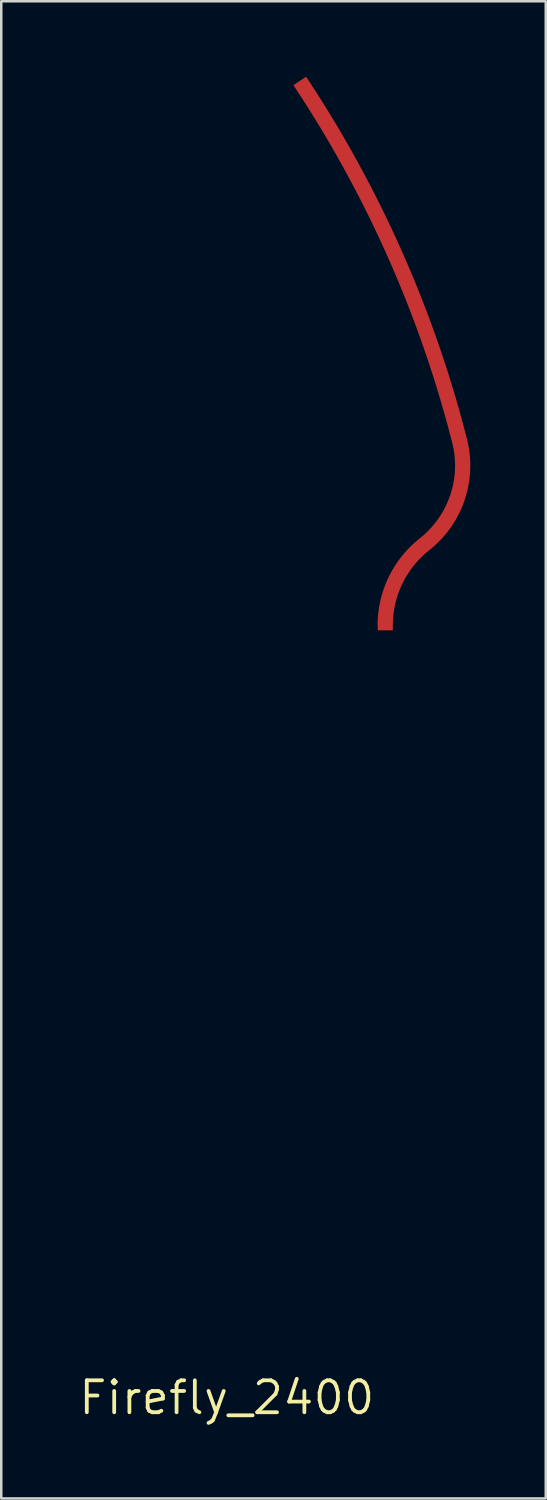
<source format=kicad_pcb>
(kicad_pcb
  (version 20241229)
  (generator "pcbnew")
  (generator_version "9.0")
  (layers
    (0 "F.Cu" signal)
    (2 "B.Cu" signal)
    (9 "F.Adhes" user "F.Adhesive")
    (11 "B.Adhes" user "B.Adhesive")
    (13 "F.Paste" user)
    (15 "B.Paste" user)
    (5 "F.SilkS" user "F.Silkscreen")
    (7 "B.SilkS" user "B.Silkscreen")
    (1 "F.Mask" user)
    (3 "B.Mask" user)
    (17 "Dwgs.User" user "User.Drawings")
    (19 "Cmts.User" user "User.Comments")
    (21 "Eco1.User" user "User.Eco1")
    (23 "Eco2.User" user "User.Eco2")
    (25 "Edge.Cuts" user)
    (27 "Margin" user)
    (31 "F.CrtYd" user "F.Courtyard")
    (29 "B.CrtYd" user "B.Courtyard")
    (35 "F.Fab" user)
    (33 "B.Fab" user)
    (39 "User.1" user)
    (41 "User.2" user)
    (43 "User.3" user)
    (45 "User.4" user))
  (footprint "Firefly_2400"
    (layer "F.Cu")
    (at 5.964 52.505)
    (property "Reference" "Firefly_2400" (at 0 0 0) (layer "F.SilkS") (effects (font (size 1.27 1.27) (thickness 0.15))))
    (attr through_hole)
    (fp_line (start 3.153 -52.505) (end 2.65 -52.169) (stroke (width 0.001) (type solid)) (layer "F.Cu"))
    (fp_line (start 5.996 -30.704) (end 6 -30.7) (stroke (width 0.001) (type solid)) (layer "F.Cu"))
    (fp_line (start 6 -30.5) (end 6.6 -30.7) (stroke (width 0.001) (type solid)) (layer "F.Cu"))
    (pad "1" smd custom (at 6.3 -30.63) (size 0.25 0.25) (layers "F.Cu") (options (anchor circle)) (primitives (gr_poly (pts (xy -0.3 0.13) (xy 0.3 0.13) (xy 0.3 -0.07) (xy -0.3 -0.07)) (width 0.001) (fill yes)) (gr_poly (pts (xy -0.3 0.13) (xy 0.3 -0.07) (xy 0.3 -0.077) (xy 0.3 -0.083) (xy 0.3 -0.09) (xy 0.3 -0.097) (xy 0.3 -0.103) (xy 0.3 -0.11) (xy 0.3 -0.116) (xy 0.3 -0.123) (xy 0.3 -0.13) (xy 0.301 -0.136) (xy 0.301 -0.143) (xy 0.301 -0.15) (xy 0.301 -0.156) (xy 0.301 -0.163) (xy 0.301 -0.169) (xy 0.301 -0.176) (xy 0.302 -0.183) (xy 0.302 -0.189) (xy 0.302 -0.196) (xy 0.302 -0.203) (xy 0.303 -0.209) (xy 0.303 -0.216) (xy 0.303 -0.223) (xy 0.303 -0.229) (xy 0.304 -0.236) (xy 0.304 -0.242) (xy 0.304 -0.249) (xy 0.305 -0.256) (xy 0.305 -0.262) (xy 0.305 -0.269) (xy 0.306 -0.275) (xy 0.306 -0.282) (xy 0.306 -0.289) (xy 0.307 -0.295) (xy 0.307 -0.302) (xy 0.307 -0.309) (xy 0.308 -0.315) (xy 0.308 -0.322) (xy 0.309 -0.328) (xy 0.309 -0.335) (xy 0.31 -0.342) (xy 0.31 -0.348) (xy 0.311 -0.355) (xy 0.311 -0.362) (xy 0.312 -0.368) (xy 0.312 -0.375) (xy 0.313 -0.381) (xy 0.313 -0.388) (xy 0.314 -0.395) (xy 0.314 -0.401) (xy 0.315 -0.408) (xy 0.316 -0.414) (xy 0.316 -0.421) (xy 0.317 -0.428) (xy 0.317 -0.434) (xy 0.318 -0.441) (xy 0.319 -0.447) (xy 0.319 -0.454) (xy 0.32 -0.461) (xy 0.321 -0.467) (xy 0.322 -0.474) (xy 0.322 -0.48) (xy 0.323 -0.487) (xy 0.324 -0.494) (xy 0.324 -0.5) (xy 0.325 -0.507) (xy 0.326 -0.513) (xy 0.327 -0.52) (xy 0.328 -0.527) (xy 0.328 -0.533) (xy 0.329 -0.54) (xy 0.33 -0.546) (xy 0.331 -0.553) (xy 0.332 -0.559) (xy 0.333 -0.566) (xy 0.333 -0.573) (xy 0.334 -0.579) (xy 0.335 -0.586) (xy 0.336 -0.592) (xy 0.337 -0.599) (xy 0.338 -0.605) (xy 0.339 -0.612) (xy 0.34 -0.619) (xy 0.341 -0.625) (xy 0.342 -0.632) (xy 0.343 -0.638) (xy 0.344 -0.645) (xy 0.345 -0.651) (xy 0.346 -0.658) (xy 0.347 -0.664) (xy 0.348 -0.671) (xy 0.349 -0.678) (xy 0.35 -0.684) (xy 0.351 -0.691) (xy 0.352 -0.697) (xy 0.353 -0.704) (xy 0.354 -0.71) (xy 0.355 -0.717) (xy 0.357 -0.723) (xy 0.358 -0.73) (xy 0.359 -0.736) (xy 0.36 -0.743) (xy 0.361 -0.749) (xy 0.362 -0.756) (xy 0.364 -0.762) (xy 0.365 -0.769) (xy 0.366 -0.776) (xy 0.367 -0.782) (xy 0.369 -0.789) (xy 0.37 -0.795) (xy 0.371 -0.802) (xy 0.372 -0.808) (xy 0.374 -0.815) (xy 0.375 -0.821) (xy 0.376 -0.828) (xy 0.378 -0.834) (xy 0.379 -0.841) (xy 0.38 -0.847) (xy 0.382 -0.854) (xy 0.383 -0.86) (xy 0.384 -0.867) (xy 0.386 -0.873) (xy 0.387 -0.88) (xy 0.389 -0.886) (xy 0.39 -0.892) (xy 0.392 -0.899) (xy 0.393 -0.905) (xy 0.394 -0.912) (xy 0.396 -0.918) (xy 0.397 -0.925) (xy 0.399 -0.931) (xy 0.4 -0.938) (xy 0.402 -0.944) (xy 0.403 -0.951) (xy 0.405 -0.957) (xy 0.407 -0.964) (xy 0.408 -0.97) (xy 0.41 -0.976) (xy 0.411 -0.983) (xy 0.413 -0.989) (xy 0.414 -0.996) (xy 0.416 -1.002) (xy 0.418 -1.009) (xy 0.419 -1.015) (xy 0.421 -1.021) (xy 0.423 -1.028) (xy 0.424 -1.034) (xy 0.426 -1.041) (xy 0.428 -1.047) (xy 0.429 -1.054) (xy 0.431 -1.06) (xy 0.433 -1.066) (xy 0.435 -1.073) (xy 0.436 -1.079) (xy 0.438 -1.086) (xy 0.44 -1.092) (xy 0.442 -1.098) (xy 0.444 -1.105) (xy 0.445 -1.111) (xy 0.447 -1.117) (xy 0.449 -1.124) (xy 0.451 -1.13) (xy 0.453 -1.137) (xy 0.455 -1.143) (xy 0.456 -1.149) (xy 0.458 -1.156) (xy 0.46 -1.162) (xy 0.462 -1.168) (xy 0.464 -1.175) (xy 0.466 -1.181) (xy 0.468 -1.187) (xy 0.47 -1.194) (xy 0.472 -1.2) (xy 0.474 -1.206) (xy 0.476 -1.213) (xy 0.478 -1.219) (xy 0.48 -1.225) (xy 0.482 -1.232) (xy 0.484 -1.238) (xy 0.486 -1.244) (xy 0.488 -1.251) (xy 0.49 -1.257) (xy 0.492 -1.263) (xy 0.494 -1.269) (xy 0.496 -1.276) (xy 0.498 -1.282) (xy 0.501 -1.288) (xy 0.503 -1.295) (xy 0.505 -1.301) (xy 0.507 -1.307) (xy 0.509 -1.313) (xy 0.511 -1.32) (xy 0.514 -1.326) (xy 0.516 -1.332) (xy 0.518 -1.338) (xy 0.52 -1.345) (xy 0.522 -1.351) (xy 0.525 -1.357) (xy 0.527 -1.363) (xy 0.529 -1.37) (xy 0.531 -1.376) (xy 0.534 -1.382) (xy 0.536 -1.388) (xy 0.538 -1.395) (xy 0.541 -1.401) (xy 0.543 -1.407) (xy 0.545 -1.413) (xy 0.548 -1.419) (xy 0.55 -1.426) (xy 0.552 -1.432) (xy 0.555 -1.438) (xy 0.557 -1.444) (xy 0.56 -1.45) (xy 0.562 -1.457) (xy 0.564 -1.463) (xy 0.567 -1.469) (xy 0.569 -1.475) (xy 0.572 -1.481) (xy 0.574 -1.487) (xy 0.577 -1.494) (xy 0.579 -1.5) (xy 0.582 -1.506) (xy 0.584 -1.512) (xy 0.587 -1.518) (xy 0.589 -1.524) (xy 0.592 -1.53) (xy 0.594 -1.536) (xy 0.597 -1.543) (xy 0.599 -1.549) (xy 0.602 -1.555) (xy 0.605 -1.561) (xy 0.607 -1.567) (xy 0.61 -1.573) (xy 0.613 -1.579) (xy 0.615 -1.585) (xy 0.618 -1.591) (xy 0.62 -1.597) (xy 0.623 -1.603) (xy 0.626 -1.61) (xy 0.629 -1.616) (xy 0.631 -1.622) (xy 0.634 -1.628) (xy 0.637 -1.634) (xy 0.639 -1.64) (xy 0.642 -1.646) (xy 0.645 -1.652) (xy 0.648 -1.658) (xy 0.65 -1.664) (xy 0.653 -1.67) (xy 0.656 -1.676) (xy 0.659 -1.682) (xy 0.662 -1.688) (xy 0.664 -1.694) (xy 0.667 -1.7) (xy 0.67 -1.706) (xy 0.673 -1.712) (xy 0.676 -1.718) (xy 0.679 -1.724) (xy 0.682 -1.73) (xy 0.685 -1.736) (xy 0.687 -1.742) (xy 0.69 -1.748) (xy 0.693 -1.754) (xy 0.696 -1.76) (xy 0.699 -1.766) (xy 0.702 -1.771) (xy 0.705 -1.777) (xy 0.708 -1.783) (xy 0.711 -1.789) (xy 0.714 -1.795) (xy 0.717 -1.801) (xy 0.72 -1.807) (xy 0.723 -1.813) (xy 0.726 -1.819) (xy 0.729 -1.825) (xy 0.732 -1.831) (xy 0.736 -1.836) (xy 0.739 -1.842) (xy 0.742 -1.848) (xy 0.745 -1.854) (xy 0.748 -1.86) (xy 0.751 -1.866) (xy 0.754 -1.872) (xy 0.757 -1.877) (xy 0.76 -1.883) (xy 0.764 -1.889) (xy 0.767 -1.895) (xy 0.77 -1.901) (xy 0.773 -1.906) (xy 0.776 -1.912) (xy 0.78 -1.918) (xy 0.783 -1.924) (xy 0.786 -1.93) (xy 0.789 -1.935) (xy 0.793 -1.941) (xy 0.796 -1.947) (xy 0.799 -1.953) (xy 0.802 -1.959) (xy 0.806 -1.964) (xy 0.809 -1.97) (xy 0.812 -1.976) (xy 0.816 -1.981) (xy 0.819 -1.987) (xy 0.822 -1.993) (xy 0.826 -1.999) (xy 0.829 -2.004) (xy 0.833 -2.01) (xy 0.836 -2.016) (xy 0.839 -2.021) (xy 0.843 -2.027) (xy 0.846 -2.033) (xy 0.85 -2.039) (xy 0.853 -2.044) (xy 0.857 -2.05) (xy 0.86 -2.055) (xy 0.863 -2.061) (xy 0.867 -2.067) (xy 0.87 -2.072) (xy 0.874 -2.078) (xy 0.877 -2.084) (xy 0.881 -2.089) (xy 0.884 -2.095) (xy 0.888 -2.101) (xy 0.892 -2.106) (xy 0.895 -2.112) (xy 0.899 -2.117) (xy 0.902 -2.123) (xy 0.906 -2.128) (xy 0.909 -2.134) (xy 0.913 -2.14) (xy 0.917 -2.145) (xy 0.92 -2.151) (xy 0.924 -2.156) (xy 0.928 -2.162) (xy 0.931 -2.167) (xy 0.935 -2.173) (xy 0.939 -2.178) (xy 0.942 -2.184) (xy 0.946 -2.189) (xy 0.95 -2.195) (xy 0.953 -2.2) (xy 0.957 -2.206) (xy 0.961 -2.211) (xy 0.965 -2.217) (xy 0.968 -2.222) (xy 0.972 -2.228) (xy 0.976 -2.233) (xy 0.98 -2.239) (xy 0.983 -2.244) (xy 0.987 -2.25) (xy 0.991 -2.255) (xy 0.995 -2.26) (xy 0.999 -2.266) (xy 1.003 -2.271) (xy 1.006 -2.277) (xy 1.01 -2.282) (xy 1.014 -2.287) (xy 1.018 -2.293) (xy 1.022 -2.298) (xy 1.026 -2.304) (xy 1.03 -2.309) (xy 1.034 -2.314) (xy 1.037 -2.32) (xy 1.041 -2.325) (xy 1.045 -2.33) (xy 1.049 -2.336) (xy 1.053 -2.341) (xy 1.057 -2.346) (xy 1.061 -2.352) (xy 1.065 -2.357) (xy 1.069 -2.362) (xy 1.073 -2.367) (xy 1.077 -2.373) (xy 1.081 -2.378) (xy 1.085 -2.383) (xy 1.089 -2.389) (xy 1.093 -2.394) (xy 1.097 -2.399) (xy 1.101 -2.404) (xy 1.106 -2.41) (xy 1.11 -2.415) (xy 1.114 -2.42) (xy 1.118 -2.425) (xy 1.122 -2.43) (xy 1.126 -2.436) (xy 1.13 -2.441) (xy 1.134 -2.446) (xy 1.139 -2.451) (xy 1.143 -2.456) (xy 1.147 -2.461) (xy 1.151 -2.467) (xy 1.155 -2.472) (xy 1.159 -2.477) (xy 1.164 -2.482) (xy 1.168 -2.487) (xy 1.172 -2.492) (xy 1.176 -2.497) (xy 1.181 -2.502) (xy 1.185 -2.508) (xy 1.189 -2.513) (xy 1.193 -2.518) (xy 1.198 -2.523) (xy 1.202 -2.528) (xy 1.206 -2.533) (xy 1.21 -2.538) (xy 1.215 -2.543) (xy 1.219 -2.548) (xy 1.223 -2.553) (xy 1.228 -2.558) (xy 1.232 -2.563) (xy 1.236 -2.568) (xy 1.241 -2.573) (xy 1.245 -2.578) (xy 1.25 -2.583) (xy 1.254 -2.588) (xy 1.258 -2.593) (xy 1.263 -2.598) (xy 1.267 -2.603) (xy 1.272 -2.608) (xy 1.276 -2.613) (xy 1.28 -2.618) (xy 1.285 -2.623) (xy 1.289 -2.627) (xy 1.294 -2.632) (xy 1.298 -2.637) (xy 1.303 -2.642) (xy 1.307 -2.647) (xy 1.312 -2.652) (xy 1.316 -2.657) (xy 1.321 -2.662) (xy 1.325 -2.666) (xy 1.33 -2.671) (xy 1.334 -2.676) (xy 1.339 -2.681) (xy 1.344 -2.686) (xy 1.348 -2.691) (xy 1.353 -2.695) (xy 1.357 -2.7) (xy 1.362 -2.705) (xy 1.367 -2.71) (xy 1.371 -2.714) (xy 1.376 -2.719) (xy 1.38 -2.724) (xy 1.385 -2.729) (xy 1.39 -2.733) (xy 1.394 -2.738) (xy 1.399 -2.743) (xy 1.404 -2.748) (xy 1.408 -2.752) (xy 1.413 -2.757) (xy 1.418 -2.762) (xy 1.422 -2.766) (xy 1.427 -2.771) (xy 1.432 -2.776) (xy 1.437 -2.78) (xy 1.441 -2.785) (xy 1.446 -2.79) (xy 1.451 -2.794) (xy 1.456 -2.799) (xy 1.46 -2.803) (xy 1.465 -2.808) (xy 1.47 -2.813) (xy 1.475 -2.817) (xy 1.479 -2.822) (xy 1.484 -2.826) (xy 1.489 -2.831) (xy 1.494 -2.836) (xy 1.499 -2.84) (xy 1.504 -2.845) (xy 1.508 -2.849) (xy 1.513 -2.854) (xy 1.518 -2.858) (xy 1.523 -2.863) (xy 1.528 -2.867) (xy 1.533 -2.872) (xy 1.538 -2.876) (xy 1.543 -2.881) (xy 1.547 -2.885) (xy 1.552 -2.89) (xy 1.557 -2.894) (xy 1.562 -2.898) (xy 1.567 -2.903) (xy 1.572 -2.907) (xy 1.577 -2.912) (xy 1.582 -2.916) (xy 1.587 -2.92) (xy 1.592 -2.925) (xy 1.597 -2.929) (xy 1.602 -2.934) (xy 1.607 -2.938) (xy 1.612 -2.942) (xy 1.617 -2.947) (xy 1.622 -2.951) (xy 1.627 -2.955) (xy 1.632 -2.96) (xy 1.637 -2.964) (xy 1.642 -2.968) (xy 1.647 -2.972) (xy 1.652 -2.977) (xy 1.657 -2.981) (xy 1.662 -2.985) (xy 1.668 -2.989) (xy 1.673 -2.994) (xy 1.678 -2.998) (xy 1.683 -3.002) (xy 1.688 -3.006) (xy 1.693 -3.011) (xy 1.698 -3.015) (xy 1.703 -3.019) (xy 1.709 -3.023) (xy 1.714 -3.027) (xy 1.719 -3.031) (xy 1.724 -3.036) (xy 1.729 -3.04) (xy 1.734 -3.044) (xy 1.74 -3.048) (xy 1.745 -3.052) (xy 1.751 -3.057) (xy 1.757 -3.061) (xy 1.762 -3.066) (xy 1.768 -3.071) (xy 1.774 -3.075) (xy 1.78 -3.08) (xy 1.786 -3.085) (xy 1.792 -3.09) (xy 1.797 -3.094) (xy 1.803 -3.099) (xy 1.809 -3.104) (xy 1.815 -3.108) (xy 1.821 -3.113) (xy 1.826 -3.118) (xy 1.832 -3.123) (xy 1.838 -3.128) (xy 1.844 -3.132) (xy 1.849 -3.137) (xy 1.855 -3.142) (xy 1.861 -3.147) (xy 1.866 -3.152) (xy 1.872 -3.157) (xy 1.878 -3.161) (xy 1.884 -3.166) (xy 1.889 -3.171) (xy 1.895 -3.176) (xy 1.901 -3.181) (xy 1.906 -3.186) (xy 1.912 -3.191) (xy 1.917 -3.196) (xy 1.923 -3.201) (xy 1.929 -3.206) (xy 1.934 -3.211) (xy 1.94 -3.216) (xy 1.945 -3.221) (xy 1.951 -3.225) (xy 1.957 -3.23) (xy 1.962 -3.236) (xy 1.968 -3.241) (xy 1.973 -3.246) (xy 1.979 -3.251) (xy 1.984 -3.256) (xy 1.99 -3.261) (xy 1.995 -3.266) (xy 2.001 -3.271) (xy 2.006 -3.276) (xy 2.012 -3.281) (xy 2.017 -3.286) (xy 2.023 -3.291) (xy 2.028 -3.296) (xy 2.034 -3.301) (xy 2.039 -3.307) (xy 2.045 -3.312) (xy 2.05 -3.317) (xy 2.055 -3.322) (xy 2.061 -3.327) (xy 2.066 -3.332) (xy 2.072 -3.338) (xy 2.077 -3.343) (xy 2.082 -3.348) (xy 2.088 -3.353) (xy 2.093 -3.359) (xy 2.098 -3.364) (xy 2.104 -3.369) (xy 2.109 -3.374) (xy 2.114 -3.38) (xy 2.12 -3.385) (xy 2.125 -3.39) (xy 2.13 -3.395) (xy 2.135 -3.401) (xy 2.141 -3.406) (xy 2.146 -3.411) (xy 2.151 -3.417) (xy 2.156 -3.422) (xy 2.162 -3.427) (xy 2.167 -3.433) (xy 2.172 -3.438) (xy 2.177 -3.444) (xy 2.183 -3.449) (xy 2.188 -3.454) (xy 2.193 -3.46) (xy 2.198 -3.465) (xy 2.203 -3.471) (xy 2.208 -3.476) (xy 2.213 -3.482) (xy 2.219 -3.487) (xy 2.224 -3.492) (xy 2.229 -3.498) (xy 2.234 -3.503) (xy 2.239 -3.509) (xy 2.244 -3.514) (xy 2.249 -3.52) (xy 2.254 -3.525) (xy 2.259 -3.531) (xy 2.264 -3.537) (xy 2.269 -3.542) (xy 2.274 -3.548) (xy 2.279 -3.553) (xy 2.284 -3.559) (xy 2.289 -3.564) (xy 2.294 -3.57) (xy 2.299 -3.576) (xy 2.304 -3.581) (xy 2.309 -3.587) (xy 2.314 -3.592) (xy 2.319 -3.598) (xy 2.324 -3.604) (xy 2.329 -3.609) (xy 2.334 -3.615) (xy 2.339 -3.621) (xy 2.344 -3.626) (xy 2.348 -3.632) (xy 2.353 -3.638) (xy 2.358 -3.643) (xy 2.363 -3.649) (xy 2.368 -3.655) (xy 2.373 -3.66) (xy 2.377 -3.666) (xy 2.382 -3.672) (xy 2.387 -3.678) (xy 2.392 -3.683) (xy 2.397 -3.689) (xy 2.401 -3.695) (xy 2.406 -3.701) (xy 2.411 -3.707) (xy 2.416 -3.712) (xy 2.42 -3.718) (xy 2.425 -3.724) (xy 2.43 -3.73) (xy 2.434 -3.736) (xy 2.439 -3.742) (xy 2.444 -3.747) (xy 2.448 -3.753) (xy 2.453 -3.759) (xy 2.458 -3.765) (xy 2.462 -3.771) (xy 2.467 -3.777) (xy 2.472 -3.783) (xy 2.476 -3.789) (xy 2.481 -3.794) (xy 2.485 -3.8) (xy 2.49 -3.806) (xy 2.494 -3.812) (xy 2.499 -3.818) (xy 2.504 -3.824) (xy 2.508 -3.83) (xy 2.513 -3.836) (xy 2.517 -3.842) (xy 2.522 -3.848) (xy 2.526 -3.854) (xy 2.531 -3.86) (xy 2.535 -3.866) (xy 2.539 -3.872) (xy 2.544 -3.878) (xy 2.548 -3.884) (xy 2.553 -3.89) (xy 2.557 -3.896) (xy 2.562 -3.902) (xy 2.566 -3.908) (xy 2.57 -3.914) (xy 2.575 -3.92) (xy 2.579 -3.927) (xy 2.583 -3.933) (xy 2.588 -3.939) (xy 2.592 -3.945) (xy 2.596 -3.951) (xy 2.601 -3.957) (xy 2.605 -3.963) (xy 2.609 -3.969) (xy 2.614 -3.976) (xy 2.618 -3.982) (xy 2.622 -3.988) (xy 2.626 -3.994) (xy 2.63 -4) (xy 2.635 -4.006) (xy 2.639 -4.013) (xy 2.643 -4.019) (xy 2.647 -4.025) (xy 2.651 -4.031) (xy 2.656 -4.037) (xy 2.66 -4.044) (xy 2.664 -4.05) (xy 2.668 -4.056) (xy 2.672 -4.062) (xy 2.676 -4.069) (xy 2.68 -4.075) (xy 2.684 -4.081) (xy 2.689 -4.087) (xy 2.693 -4.094) (xy 2.697 -4.1) (xy 2.701 -4.106) (xy 2.705 -4.113) (xy 2.709 -4.119) (xy 2.713 -4.125) (xy 2.717 -4.132) (xy 2.721 -4.138) (xy 2.725 -4.144) (xy 2.729 -4.151) (xy 2.733 -4.157) (xy 2.737 -4.163) (xy 2.741 -4.17) (xy 2.744 -4.176) (xy 2.748 -4.182) (xy 2.752 -4.189) (xy 2.756 -4.195) (xy 2.76 -4.202) (xy 2.764 -4.208) (xy 2.768 -4.214) (xy 2.772 -4.221) (xy 2.775 -4.227) (xy 2.779 -4.234) (xy 2.783 -4.24) (xy 2.787 -4.247) (xy 2.791 -4.253) (xy 2.794 -4.259) (xy 2.798 -4.266) (xy 2.802 -4.272) (xy 2.806 -4.279) (xy 2.809 -4.285) (xy 2.813 -4.292) (xy 2.817 -4.298) (xy 2.821 -4.305) (xy 2.824 -4.311) (xy 2.828 -4.318) (xy 2.832 -4.324) (xy 2.835 -4.331) (xy 2.839 -4.338) (xy 2.842 -4.344) (xy 2.846 -4.351) (xy 2.85 -4.357) (xy 2.853 -4.364) (xy 2.857 -4.37) (xy 2.86 -4.377) (xy 2.864 -4.384) (xy 2.868 -4.39) (xy 2.871 -4.397) (xy 2.875 -4.403) (xy 2.878 -4.41) (xy 2.882 -4.417) (xy 2.885 -4.423) (xy 2.889 -4.43) (xy 2.892 -4.436) (xy 2.896 -4.443) (xy 2.899 -4.45) (xy 2.902 -4.456) (xy 2.906 -4.463) (xy 2.909 -4.47) (xy 2.913 -4.476) (xy 2.916 -4.483) (xy 2.919 -4.49) (xy 2.923 -4.496) (xy 2.926 -4.503) (xy 2.929 -4.51) (xy 2.933 -4.516) (xy 2.936 -4.523) (xy 2.939 -4.53) (xy 2.943 -4.537) (xy 2.946 -4.543) (xy 2.949 -4.55) (xy 2.953 -4.557) (xy 2.956 -4.564) (xy 2.959 -4.57) (xy 2.962 -4.577) (xy 2.965 -4.584) (xy 2.969 -4.591) (xy 2.972 -4.597) (xy 2.975 -4.604) (xy 2.978 -4.611) (xy 2.981 -4.618) (xy 2.984 -4.624) (xy 2.988 -4.631) (xy 2.991 -4.638) (xy 2.994 -4.645) (xy 2.997 -4.652) (xy 3 -4.659) (xy 3.003 -4.665) (xy 3.006 -4.672) (xy 3.009 -4.679) (xy 3.012 -4.686) (xy 3.015 -4.693) (xy 3.018 -4.7) (xy 3.021 -4.706) (xy 3.024 -4.713) (xy 3.027 -4.72) (xy 3.03 -4.727) (xy 3.033 -4.734) (xy 3.036 -4.741) (xy 3.039 -4.748) (xy 3.042 -4.755) (xy 3.045 -4.762) (xy 3.048 -4.768) (xy 3.051 -4.775) (xy 3.053 -4.782) (xy 3.056 -4.789) (xy 3.059 -4.796) (xy 3.062 -4.803) (xy 3.065 -4.81) (xy 3.068 -4.817) (xy 3.07 -4.824) (xy 3.073 -4.831) (xy 3.076 -4.838) (xy 3.079 -4.845) (xy 3.081 -4.852) (xy 3.084 -4.859) (xy 3.087 -4.866) (xy 3.09 -4.873) (xy 3.092 -4.88) (xy 3.095 -4.887) (xy 3.098 -4.894) (xy 3.1 -4.901) (xy 3.103 -4.908) (xy 3.105 -4.915) (xy 3.108 -4.922) (xy 3.111 -4.929) (xy 3.113 -4.936) (xy 3.116 -4.943) (xy 3.118 -4.95) (xy 3.121 -4.957) (xy 3.124 -4.964) (xy 3.126 -4.971) (xy 3.129 -4.978) (xy 3.131 -4.985) (xy 3.134 -4.992) (xy 3.136 -4.999) (xy 3.139 -5.006) (xy 3.141 -5.013) (xy 3.144 -5.02) (xy 3.146 -5.027) (xy 3.148 -5.034) (xy 3.151 -5.041) (xy 3.153 -5.049) (xy 3.156 -5.056) (xy 3.158 -5.063) (xy 3.16 -5.07) (xy 3.163 -5.077) (xy 3.165 -5.084) (xy 3.167 -5.091) (xy 3.17 -5.098) (xy 3.172 -5.105) (xy 3.174 -5.112) (xy 3.177 -5.12) (xy 3.179 -5.127) (xy 3.181 -5.134) (xy 3.183 -5.141) (xy 3.185 -5.148) (xy 3.188 -5.155) (xy 3.19 -5.162) (xy 3.192 -5.17) (xy 3.194 -5.177) (xy 3.196 -5.184) (xy 3.199 -5.191) (xy 3.201 -5.198) (xy 3.203 -5.205) (xy 3.205 -5.213) (xy 3.207 -5.22) (xy 3.209 -5.227) (xy 3.211 -5.234) (xy 3.213 -5.241) (xy 3.215 -5.249) (xy 3.217 -5.256) (xy 3.219 -5.263) (xy 3.221 -5.27) (xy 3.223 -5.277) (xy 3.225 -5.285) (xy 3.227 -5.292) (xy 3.229 -5.299) (xy 3.231 -5.306) (xy 3.233 -5.314) (xy 3.235 -5.321) (xy 3.237 -5.328) (xy 3.239 -5.335) (xy 3.241 -5.343) (xy 3.243 -5.35) (xy 3.245 -5.357) (xy 3.246 -5.364) (xy 3.248 -5.372) (xy 3.25 -5.379) (xy 3.252 -5.386) (xy 3.254 -5.393) (xy 3.255 -5.401) (xy 3.257 -5.408) (xy 3.259 -5.415) (xy 3.261 -5.422) (xy 3.263 -5.43) (xy 3.264 -5.437) (xy 3.266 -5.444) (xy 3.268 -5.452) (xy 3.269 -5.459) (xy 3.271 -5.466) (xy 3.273 -5.473) (xy 3.274 -5.481) (xy 3.276 -5.488) (xy 3.278 -5.495) (xy 3.279 -5.503) (xy 3.281 -5.51) (xy 3.282 -5.517) (xy 3.284 -5.525) (xy 3.285 -5.532) (xy 3.287 -5.539) (xy 3.289 -5.547) (xy 3.29 -5.554) (xy 3.292 -5.561) (xy 3.293 -5.569) (xy 3.295 -5.576) (xy 3.296 -5.583) (xy 3.297 -5.591) (xy 3.299 -5.598) (xy 3.3 -5.605) (xy 3.302 -5.613) (xy 3.303 -5.62) (xy 3.305 -5.627) (xy 3.306 -5.635) (xy 3.307 -5.642) (xy 3.309 -5.649) (xy 3.31 -5.657) (xy 3.311 -5.664) (xy 3.313 -5.672) (xy 3.314 -5.679) (xy 3.315 -5.686) (xy 3.316 -5.694) (xy 3.318 -5.701) (xy 3.319 -5.708) (xy 3.32 -5.716) (xy 3.321 -5.723) (xy 3.323 -5.731) (xy 3.324 -5.738) (xy 3.325 -5.745) (xy 3.326 -5.753) (xy 3.327 -5.76) (xy 3.328 -5.768) (xy 3.33 -5.775) (xy 3.331 -5.782) (xy 3.332 -5.79) (xy 3.333 -5.797) (xy 3.334 -5.805) (xy 3.335 -5.812) (xy 3.336 -5.819) (xy 3.337 -5.827) (xy 3.338 -5.834) (xy 3.339 -5.842) (xy 3.34 -5.849) (xy 3.341 -5.856) (xy 3.342 -5.864) (xy 3.343 -5.871) (xy 3.344 -5.879) (xy 3.345 -5.886) (xy 3.346 -5.894) (xy 3.347 -5.901) (xy 3.348 -5.908) (xy 3.349 -5.916) (xy 3.35 -5.923) (xy 3.35 -5.931) (xy 3.351 -5.938) (xy 3.352 -5.946) (xy 3.353 -5.953) (xy 3.354 -5.96) (xy 3.355 -5.968) (xy 3.355 -5.975) (xy 3.356 -5.983) (xy 3.357 -5.99) (xy 3.358 -5.998) (xy 3.358 -6.005) (xy 3.359 -6.013) (xy 3.36 -6.02) (xy 3.36 -6.027) (xy 3.361 -6.035) (xy 3.362 -6.042) (xy 3.362 -6.05) (xy 3.363 -6.057) (xy 3.364 -6.065) (xy 3.364 -6.072) (xy 3.365 -6.08) (xy 3.365 -6.087) (xy 3.366 -6.095) (xy 3.367 -6.102) (xy 3.367 -6.11) (xy 3.368 -6.117) (xy 3.368 -6.124) (xy 3.369 -6.132) (xy 3.369 -6.139) (xy 3.37 -6.147) (xy 3.37 -6.154) (xy 3.371 -6.162) (xy 3.371 -6.169) (xy 3.372 -6.177) (xy 3.372 -6.184) (xy 3.372 -6.192) (xy 3.373 -6.199) (xy 3.373 -6.207) (xy 3.373 -6.214) (xy 3.374 -6.222) (xy 3.374 -6.229) (xy 3.374 -6.237) (xy 3.375 -6.244) (xy 3.375 -6.252) (xy 3.375 -6.259) (xy 3.376 -6.266) (xy 3.376 -6.274) (xy 3.376 -6.281) (xy 3.376 -6.289) (xy 3.377 -6.296) (xy 3.377 -6.304) (xy 3.377 -6.311) (xy 3.377 -6.319) (xy 3.377 -6.326) (xy 3.378 -6.334) (xy 3.378 -6.341) (xy 3.378 -6.349) (xy 3.378 -6.356) (xy 3.378 -6.364) (xy 3.378 -6.371) (xy 3.378 -6.379) (xy 3.378 -6.386) (xy 3.378 -6.394) (xy 3.378 -6.401) (xy 3.378 -6.409) (xy 3.378 -6.416) (xy 3.378 -6.424) (xy 3.378 -6.431) (xy 3.378 -6.439) (xy 3.378 -6.446) (xy 3.378 -6.454) (xy 3.378 -6.461) (xy 3.378 -6.469) (xy 3.378 -6.476) (xy 3.378 -6.483) (xy 3.378 -6.491) (xy 3.378 -6.498) (xy 3.378 -6.506) (xy 3.377 -6.513) (xy 3.377 -6.521) (xy 3.377 -6.528) (xy 3.377 -6.536) (xy 3.377 -6.543) (xy 3.376 -6.551) (xy 3.376 -6.558) (xy 3.376 -6.566) (xy 3.376 -6.573) (xy 3.375 -6.581) (xy 3.375 -6.588) (xy 3.375 -6.596) (xy 3.375 -6.603) (xy 3.374 -6.611) (xy 3.374 -6.618) (xy 3.373 -6.626) (xy 3.373 -6.633) (xy 3.373 -6.641) (xy 3.372 -6.648) (xy 3.372 -6.656) (xy 3.372 -6.663) (xy 3.371 -6.67) (xy 3.371 -6.678) (xy 3.37 -6.685) (xy 3.37 -6.693) (xy 3.369 -6.7) (xy 3.369 -6.708) (xy 3.368 -6.715) (xy 3.368 -6.723) (xy 3.367 -6.73) (xy 3.367 -6.738) (xy 3.366 -6.745) (xy 3.366 -6.753) (xy 3.365 -6.76) (xy 3.364 -6.768) (xy 3.364 -6.775) (xy 3.363 -6.782) (xy 3.362 -6.79) (xy 3.362 -6.797) (xy 3.361 -6.805) (xy 3.36 -6.812) (xy 3.36 -6.82) (xy 3.359 -6.827) (xy 3.358 -6.835) (xy 3.358 -6.842) (xy 3.357 -6.85) (xy 3.356 -6.857) (xy 3.355 -6.864) (xy 3.355 -6.872) (xy 3.354 -6.879) (xy 3.353 -6.887) (xy 3.352 -6.894) (xy 3.351 -6.902) (xy 3.35 -6.909) (xy 3.35 -6.916) (xy 3.349 -6.924) (xy 3.348 -6.931) (xy 3.347 -6.939) (xy 3.346 -6.946) (xy 3.345 -6.954) (xy 3.344 -6.961) (xy 3.343 -6.968) (xy 3.342 -6.976) (xy 3.341 -6.983) (xy 3.34 -6.991) (xy 3.339 -6.998) (xy 3.338 -7.006) (xy 3.337 -7.013) (xy 3.336 -7.02) (xy 3.335 -7.028) (xy 3.334 -7.035) (xy 3.333 -7.043) (xy 3.332 -7.05) (xy 3.331 -7.057) (xy 3.33 -7.065) (xy 3.329 -7.072) (xy 3.327 -7.08) (xy 3.326 -7.087) (xy 3.325 -7.094) (xy 3.324 -7.102) (xy 3.323 -7.109) (xy 3.321 -7.117) (xy 3.32 -7.124) (xy 3.319 -7.131) (xy 3.318 -7.139) (xy 3.317 -7.146) (xy 3.315 -7.153) (xy 3.314 -7.161) (xy 3.313 -7.168) (xy 3.311 -7.176) (xy 3.31 -7.183) (xy 3.309 -7.19) (xy 3.307 -7.198) (xy 3.306 -7.205) (xy 3.305 -7.212) (xy 3.303 -7.22) (xy 3.302 -7.227) (xy 3.3 -7.234) (xy 3.299 -7.242) (xy 3.298 -7.249) (xy 3.296 -7.257) (xy 3.295 -7.264) (xy 3.293 -7.271) (xy 3.292 -7.279) (xy 3.29 -7.286) (xy 3.289 -7.293) (xy 3.287 -7.301) (xy 3.286 -7.308) (xy 3.284 -7.315) (xy 3.282 -7.322) (xy 3.281 -7.33) (xy 3.279 -7.337) (xy 3.278 -7.344) (xy 3.276 -7.352) (xy 3.274 -7.359) (xy 3.273 -7.366) (xy 3.271 -7.374) (xy 3.269 -7.381) (xy 3.268 -7.388) (xy 3.266 -7.396) (xy 3.264 -7.403) (xy 3.263 -7.41) (xy 3.261 -7.417) (xy 3.259 -7.425) (xy 3.257 -7.432) (xy 3.256 -7.439) (xy 3.254 -7.446) (xy 3.252 -7.454) (xy 3.25 -7.461) (xy 3.248 -7.468) (xy 3.247 -7.475) (xy 3.226 -7.555) (xy 3.206 -7.634) (xy 3.185 -7.714) (xy 3.164 -7.793) (xy 3.143 -7.873) (xy 3.122 -7.952) (xy 3.101 -8.031) (xy 3.08 -8.11) (xy 3.059 -8.189) (xy 3.037 -8.269) (xy 3.015 -8.348) (xy 2.993 -8.427) (xy 2.971 -8.506) (xy 2.949 -8.585) (xy 2.927 -8.664) (xy 2.905 -8.743) (xy 2.882 -8.822) (xy 2.859 -8.9) (xy 2.837 -8.979) (xy 2.814 -9.058) (xy 2.791 -9.137) (xy 2.767 -9.215) (xy 2.744 -9.294) (xy 2.721 -9.373) (xy 2.697 -9.451) (xy 2.673 -9.53) (xy 2.649 -9.608) (xy 2.625 -9.687) (xy 2.601 -9.765) (xy 2.577 -9.843) (xy 2.552 -9.922) (xy 2.528 -10) (xy 2.503 -10.078) (xy 2.478 -10.156) (xy 2.453 -10.234) (xy 2.428 -10.312) (xy 2.403 -10.391) (xy 2.377 -10.469) (xy 2.352 -10.546) (xy 2.326 -10.624) (xy 2.3 -10.702) (xy 2.274 -10.78) (xy 2.248 -10.858) (xy 2.222 -10.936) (xy 2.196 -11.013) (xy 2.169 -11.091) (xy 2.142 -11.168) (xy 2.116 -11.246) (xy 2.089 -11.324) (xy 2.062 -11.401) (xy 2.035 -11.478) (xy 2.007 -11.556) (xy 1.98 -11.633) (xy 1.952 -11.71) (xy 1.924 -11.787) (xy 1.897 -11.865) (xy 1.869 -11.942) (xy 1.841 -12.019) (xy 1.812 -12.096) (xy 1.784 -12.173) (xy 1.755 -12.25) (xy 1.727 -12.327) (xy 1.698 -12.403) (xy 1.669 -12.48) (xy 1.64 -12.557) (xy 1.611 -12.634) (xy 1.581 -12.71) (xy 1.552 -12.787) (xy 1.522 -12.863) (xy 1.493 -12.94) (xy 1.463 -13.016) (xy 1.433 -13.092) (xy 1.403 -13.169) (xy 1.372 -13.245) (xy 1.342 -13.321) (xy 1.312 -13.397) (xy 1.281 -13.473) (xy 1.25 -13.549) (xy 1.219 -13.625) (xy 1.188 -13.701) (xy 1.157 -13.777) (xy 1.126 -13.853) (xy 1.094 -13.929) (xy 1.063 -14.005) (xy 1.031 -14.08) (xy 0.999 -14.156) (xy 0.967 -14.231) (xy 0.935 -14.307) (xy 0.903 -14.382) (xy 0.87 -14.458) (xy 0.838 -14.533) (xy 0.805 -14.608) (xy 0.772 -14.683) (xy 0.739 -14.759) (xy 0.706 -14.834) (xy 0.673 -14.909) (xy 0.64 -14.984) (xy 0.607 -15.059) (xy 0.573 -15.133) (xy 0.539 -15.208) (xy 0.505 -15.283) (xy 0.472 -15.358) (xy 0.437 -15.432) (xy 0.403 -15.507) (xy 0.369 -15.581) (xy 0.334 -15.656) (xy 0.3 -15.73) (xy 0.265 -15.804) (xy 0.23 -15.879) (xy 0.195 -15.953) (xy 0.16 -16.027) (xy 0.125 -16.101) (xy 0.09 -16.175) (xy 0.054 -16.249) (xy 0.018 -16.323) (xy -0.017 -16.397) (xy -0.053 -16.471) (xy -0.089 -16.544) (xy -0.125 -16.618) (xy -0.162 -16.692) (xy -0.198 -16.765) (xy -0.235 -16.838) (xy -0.271 -16.912) (xy -0.308 -16.985) (xy -0.345 -17.058) (xy -0.382 -17.132) (xy -0.419 -17.205) (xy -0.457 -17.278) (xy -0.494 -17.351) (xy -0.532 -17.424) (xy -0.569 -17.497) (xy -0.607 -17.569) (xy -0.645 -17.642) (xy -0.683 -17.715) (xy -0.721 -17.787) (xy -0.76 -17.86) (xy -0.798 -17.932) (xy -0.837 -18.005) (xy -0.875 -18.077) (xy -0.914 -18.149) (xy -0.953 -18.222) (xy -0.992 -18.294) (xy -1.031 -18.366) (xy -1.071 -18.438) (xy -1.11 -18.51) (xy -1.15 -18.582) (xy -1.189 -18.653) (xy -1.229 -18.725) (xy -1.269 -18.797) (xy -1.309 -18.868) (xy -1.349 -18.94) (xy -1.39 -19.011) (xy -1.43 -19.083) (xy -1.471 -19.154) (xy -1.511 -19.225) (xy -1.552 -19.296) (xy -1.593 -19.367) (xy -1.634 -19.438) (xy -1.675 -19.509) (xy -1.717 -19.58) (xy -1.758 -19.651) (xy -1.8 -19.722) (xy -1.841 -19.792) (xy -1.883 -19.863) (xy -1.925 -19.933) (xy -1.967 -20.004) (xy -2.009 -20.074) (xy -2.052 -20.145) (xy -2.094 -20.215) (xy -2.137 -20.285) (xy -2.179 -20.355) (xy -2.222 -20.425) (xy -2.265 -20.495) (xy -2.308 -20.565) (xy -2.351 -20.634) (xy -2.395 -20.704) (xy -2.438 -20.774) (xy -2.482 -20.843) (xy -2.525 -20.913) (xy -2.569 -20.982) (xy -2.613 -21.051) (xy -2.657 -21.121) (xy -2.701 -21.19) (xy -2.745 -21.259) (xy -2.79 -21.328) (xy -2.834 -21.397) (xy -2.879 -21.466) (xy -2.923 -21.534) (xy -2.968 -21.603) (xy -3.013 -21.672) (xy -3.058 -21.74) (xy -3.104 -21.809) (xy -3.147 -21.875) (xy -3.65 -21.539) (xy -3.605 -21.472) (xy -3.561 -21.404) (xy -3.516 -21.336) (xy -3.472 -21.269) (xy -3.427 -21.201) (xy -3.383 -21.133) (xy -3.339 -21.065) (xy -3.295 -20.997) (xy -3.251 -20.929) (xy -3.208 -20.861) (xy -3.164 -20.792) (xy -3.121 -20.724) (xy -3.078 -20.656) (xy -3.034 -20.587) (xy -2.991 -20.519) (xy -2.948 -20.45) (xy -2.905 -20.381) (xy -2.863 -20.312) (xy -2.82 -20.244) (xy -2.778 -20.175) (xy -2.735 -20.106) (xy -2.693 -20.037) (xy -2.651 -19.967) (xy -2.609 -19.898) (xy -2.567 -19.829) (xy -2.525 -19.759) (xy -2.484 -19.69) (xy -2.442 -19.62) (xy -2.401 -19.551) (xy -2.359 -19.481) (xy -2.318 -19.411) (xy -2.277 -19.342) (xy -2.236 -19.272) (xy -2.196 -19.202) (xy -2.155 -19.132) (xy -2.114 -19.062) (xy -2.074 -18.991) (xy -2.034 -18.921) (xy -1.994 -18.851) (xy -1.953 -18.781) (xy -1.914 -18.71) (xy -1.874 -18.64) (xy -1.834 -18.569) (xy -1.795 -18.498) (xy -1.755 -18.428) (xy -1.716 -18.357) (xy -1.677 -18.286) (xy -1.638 -18.215) (xy -1.599 -18.144) (xy -1.56 -18.073) (xy -1.521 -18.002) (xy -1.483 -17.931) (xy -1.444 -17.859) (xy -1.406 -17.788) (xy -1.368 -17.717) (xy -1.33 -17.645) (xy -1.292 -17.573) (xy -1.254 -17.502) (xy -1.216 -17.43) (xy -1.178 -17.358) (xy -1.141 -17.287) (xy -1.104 -17.215) (xy -1.067 -17.143) (xy -1.029 -17.071) (xy -0.993 -16.999) (xy -0.956 -16.927) (xy -0.919 -16.854) (xy -0.882 -16.782) (xy -0.846 -16.71) (xy -0.81 -16.638) (xy -0.774 -16.565) (xy -0.737 -16.493) (xy -0.702 -16.42) (xy -0.666 -16.347) (xy -0.63 -16.275) (xy -0.595 -16.202) (xy -0.559 -16.129) (xy -0.524 -16.056) (xy -0.489 -15.983) (xy -0.454 -15.91) (xy -0.419 -15.837) (xy -0.384 -15.764) (xy -0.349 -15.691) (xy -0.315 -15.618) (xy -0.28 -15.544) (xy -0.246 -15.471) (xy -0.212 -15.398) (xy -0.178 -15.324) (xy -0.144 -15.251) (xy -0.11 -15.177) (xy -0.077 -15.103) (xy -0.043 -15.03) (xy -0.01 -14.956) (xy 0.024 -14.882) (xy 0.057 -14.808) (xy 0.09 -14.734) (xy 0.122 -14.66) (xy 0.155 -14.586) (xy 0.188 -14.512) (xy 0.22 -14.438) (xy 0.253 -14.363) (xy 0.285 -14.289) (xy 0.317 -14.215) (xy 0.349 -14.14) (xy 0.381 -14.066) (xy 0.412 -13.991) (xy 0.444 -13.917) (xy 0.475 -13.842) (xy 0.507 -13.767) (xy 0.538 -13.693) (xy 0.569 -13.618) (xy 0.6 -13.543) (xy 0.631 -13.468) (xy 0.661 -13.393) (xy 0.692 -13.318) (xy 0.722 -13.243) (xy 0.752 -13.168) (xy 0.783 -13.093) (xy 0.813 -13.018) (xy 0.842 -12.942) (xy 0.872 -12.867) (xy 0.902 -12.792) (xy 0.931 -12.716) (xy 0.961 -12.641) (xy 0.99 -12.565) (xy 1.019 -12.49) (xy 1.048 -12.414) (xy 1.077 -12.338) (xy 1.105 -12.263) (xy 1.134 -12.187) (xy 1.162 -12.111) (xy 1.19 -12.035) (xy 1.219 -11.959) (xy 1.247 -11.883) (xy 1.275 -11.807) (xy 1.302 -11.731) (xy 1.33 -11.655) (xy 1.357 -11.579) (xy 1.385 -11.503) (xy 1.412 -11.426) (xy 1.439 -11.35) (xy 1.466 -11.274) (xy 1.493 -11.197) (xy 1.519 -11.121) (xy 1.546 -11.044) (xy 1.572 -10.968) (xy 1.599 -10.891) (xy 1.625 -10.815) (xy 1.651 -10.738) (xy 1.677 -10.661) (xy 1.703 -10.584) (xy 1.728 -10.508) (xy 1.754 -10.431) (xy 1.779 -10.354) (xy 1.804 -10.277) (xy 1.829 -10.2) (xy 1.854 -10.123) (xy 1.879 -10.046) (xy 1.904 -9.969) (xy 1.928 -9.891) (xy 1.953 -9.814) (xy 1.977 -9.737) (xy 2.001 -9.66) (xy 2.025 -9.582) (xy 2.049 -9.505) (xy 2.073 -9.427) (xy 2.096 -9.35) (xy 2.12 -9.272) (xy 2.143 -9.195) (xy 2.166 -9.117) (xy 2.189 -9.04) (xy 2.212 -8.962) (xy 2.235 -8.884) (xy 2.258 -8.807) (xy 2.28 -8.729) (xy 2.302 -8.651) (xy 2.325 -8.573) (xy 2.347 -8.495) (xy 2.369 -8.417) (xy 2.391 -8.339) (xy 2.412 -8.261) (xy 2.434 -8.183) (xy 2.455 -8.105) (xy 2.477 -8.027) (xy 2.498 -7.949) (xy 2.519 -7.871) (xy 2.54 -7.792) (xy 2.56 -7.714) (xy 2.581 -7.636) (xy 2.601 -7.557) (xy 2.622 -7.479) (xy 2.642 -7.401) (xy 2.66 -7.33) (xy 2.662 -7.324) (xy 2.663 -7.318) (xy 2.665 -7.311) (xy 2.666 -7.305) (xy 2.668 -7.299) (xy 2.669 -7.293) (xy 2.671 -7.286) (xy 2.672 -7.28) (xy 2.674 -7.274) (xy 2.675 -7.268) (xy 2.677 -7.261) (xy 2.678 -7.255) (xy 2.68 -7.249) (xy 2.681 -7.243) (xy 2.683 -7.236) (xy 2.684 -7.23) (xy 2.685 -7.224) (xy 2.687 -7.217) (xy 2.688 -7.211) (xy 2.69 -7.205) (xy 2.691 -7.199) (xy 2.692 -7.192) (xy 2.694 -7.186) (xy 2.695 -7.18) (xy 2.696 -7.173) (xy 2.698 -7.167) (xy 2.699 -7.161) (xy 2.7 -7.155) (xy 2.701 -7.148) (xy 2.703 -7.142) (xy 2.704 -7.136) (xy 2.705 -7.129) (xy 2.706 -7.123) (xy 2.708 -7.117) (xy 2.709 -7.11) (xy 2.71 -7.104) (xy 2.711 -7.098) (xy 2.712 -7.091) (xy 2.714 -7.085) (xy 2.715 -7.079) (xy 2.716 -7.072) (xy 2.717 -7.066) (xy 2.718 -7.06) (xy 2.719 -7.053) (xy 2.72 -7.047) (xy 2.721 -7.041) (xy 2.723 -7.034) (xy 2.724 -7.028) (xy 2.725 -7.022) (xy 2.726 -7.015) (xy 2.727 -7.009) (xy 2.728 -7.003) (xy 2.729 -6.996) (xy 2.73 -6.99) (xy 2.731 -6.984) (xy 2.732 -6.977) (xy 2.733 -6.971) (xy 2.734 -6.965) (xy 2.735 -6.958) (xy 2.736 -6.952) (xy 2.736 -6.945) (xy 2.737 -6.939) (xy 2.738 -6.933) (xy 2.739 -6.926) (xy 2.74 -6.92) (xy 2.741 -6.914) (xy 2.742 -6.907) (xy 2.743 -6.901) (xy 2.743 -6.895) (xy 2.744 -6.888) (xy 2.745 -6.882) (xy 2.746 -6.875) (xy 2.747 -6.869) (xy 2.747 -6.863) (xy 2.748 -6.856) (xy 2.749 -6.85) (xy 2.75 -6.843) (xy 2.75 -6.837) (xy 2.751 -6.831) (xy 2.752 -6.824) (xy 2.753 -6.818) (xy 2.753 -6.812) (xy 2.754 -6.805) (xy 2.755 -6.799) (xy 2.755 -6.792) (xy 2.756 -6.786) (xy 2.757 -6.78) (xy 2.757 -6.773) (xy 2.758 -6.767) (xy 2.758 -6.76) (xy 2.759 -6.754) (xy 2.76 -6.748) (xy 2.76 -6.741) (xy 2.761 -6.735) (xy 2.761 -6.728) (xy 2.762 -6.722) (xy 2.762 -6.715) (xy 2.763 -6.709) (xy 2.763 -6.703) (xy 2.764 -6.696) (xy 2.764 -6.69) (xy 2.765 -6.683) (xy 2.765 -6.677) (xy 2.766 -6.671) (xy 2.766 -6.664) (xy 2.766 -6.658) (xy 2.767 -6.651) (xy 2.767 -6.645) (xy 2.768 -6.639) (xy 2.768 -6.632) (xy 2.768 -6.626) (xy 2.769 -6.619) (xy 2.769 -6.613) (xy 2.769 -6.606) (xy 2.77 -6.6) (xy 2.77 -6.594) (xy 2.77 -6.587) (xy 2.771 -6.581) (xy 2.771 -6.574) (xy 2.771 -6.568) (xy 2.771 -6.561) (xy 2.772 -6.555) (xy 2.772 -6.549) (xy 2.772 -6.542) (xy 2.772 -6.536) (xy 2.773 -6.529) (xy 2.773 -6.523) (xy 2.773 -6.516) (xy 2.773 -6.51) (xy 2.773 -6.504) (xy 2.773 -6.497) (xy 2.773 -6.491) (xy 2.774 -6.484) (xy 2.774 -6.478) (xy 2.774 -6.471) (xy 2.774 -6.465) (xy 2.774 -6.459) (xy 2.774 -6.452) (xy 2.774 -6.446) (xy 2.774 -6.439) (xy 2.774 -6.433) (xy 2.774 -6.426) (xy 2.774 -6.42) (xy 2.774 -6.414) (xy 2.774 -6.407) (xy 2.774 -6.401) (xy 2.774 -6.394) (xy 2.774 -6.388) (xy 2.774 -6.381) (xy 2.774 -6.375) (xy 2.774 -6.369) (xy 2.774 -6.362) (xy 2.774 -6.356) (xy 2.773 -6.349) (xy 2.773 -6.343) (xy 2.773 -6.336) (xy 2.773 -6.33) (xy 2.773 -6.324) (xy 2.773 -6.317) (xy 2.773 -6.311) (xy 2.772 -6.304) (xy 2.772 -6.298) (xy 2.772 -6.291) (xy 2.772 -6.285) (xy 2.771 -6.279) (xy 2.771 -6.272) (xy 2.771 -6.266) (xy 2.771 -6.259) (xy 2.77 -6.253) (xy 2.77 -6.246) (xy 2.77 -6.24) (xy 2.769 -6.234) (xy 2.769 -6.227) (xy 2.769 -6.221) (xy 2.768 -6.214) (xy 2.768 -6.208) (xy 2.768 -6.202) (xy 2.767 -6.195) (xy 2.767 -6.189) (xy 2.766 -6.182) (xy 2.766 -6.176) (xy 2.766 -6.169) (xy 2.765 -6.163) (xy 2.765 -6.157) (xy 2.764 -6.15) (xy 2.764 -6.144) (xy 2.763 -6.137) (xy 2.763 -6.131) (xy 2.762 -6.125) (xy 2.762 -6.118) (xy 2.761 -6.112) (xy 2.761 -6.105) (xy 2.76 -6.099) (xy 2.76 -6.093) (xy 2.759 -6.086) (xy 2.758 -6.08) (xy 2.758 -6.073) (xy 2.757 -6.067) (xy 2.757 -6.061) (xy 2.756 -6.054) (xy 2.755 -6.048) (xy 2.755 -6.041) (xy 2.754 -6.035) (xy 2.753 -6.029) (xy 2.753 -6.022) (xy 2.752 -6.016) (xy 2.751 -6.009) (xy 2.75 -6.003) (xy 2.75 -5.997) (xy 2.749 -5.99) (xy 2.748 -5.984) (xy 2.747 -5.977) (xy 2.747 -5.971) (xy 2.746 -5.965) (xy 2.745 -5.958) (xy 2.744 -5.952) (xy 2.743 -5.946) (xy 2.743 -5.939) (xy 2.742 -5.933) (xy 2.741 -5.926) (xy 2.74 -5.92) (xy 2.739 -5.914) (xy 2.738 -5.907) (xy 2.737 -5.901) (xy 2.736 -5.895) (xy 2.736 -5.888) (xy 2.735 -5.882) (xy 2.734 -5.875) (xy 2.733 -5.869) (xy 2.732 -5.863) (xy 2.731 -5.856) (xy 2.73 -5.85) (xy 2.729 -5.844) (xy 2.728 -5.837) (xy 2.727 -5.831) (xy 2.726 -5.825) (xy 2.725 -5.818) (xy 2.724 -5.812) (xy 2.723 -5.806) (xy 2.721 -5.799) (xy 2.72 -5.793) (xy 2.719 -5.787) (xy 2.718 -5.78) (xy 2.717 -5.774) (xy 2.716 -5.768) (xy 2.715 -5.761) (xy 2.714 -5.755) (xy 2.712 -5.749) (xy 2.711 -5.742) (xy 2.71 -5.736) (xy 2.709 -5.73) (xy 2.708 -5.723) (xy 2.706 -5.717) (xy 2.705 -5.711) (xy 2.704 -5.704) (xy 2.703 -5.698) (xy 2.701 -5.692) (xy 2.7 -5.686) (xy 2.699 -5.679) (xy 2.698 -5.673) (xy 2.696 -5.667) (xy 2.695 -5.66) (xy 2.694 -5.654) (xy 2.692 -5.648) (xy 2.691 -5.641) (xy 2.69 -5.635) (xy 2.688 -5.629) (xy 2.687 -5.623) (xy 2.685 -5.616) (xy 2.684 -5.61) (xy 2.683 -5.604) (xy 2.681 -5.598) (xy 2.68 -5.591) (xy 2.678 -5.585) (xy 2.677 -5.579) (xy 2.675 -5.572) (xy 2.674 -5.566) (xy 2.672 -5.56) (xy 2.671 -5.554) (xy 2.669 -5.547) (xy 2.668 -5.541) (xy 2.666 -5.535) (xy 2.665 -5.529) (xy 2.663 -5.523) (xy 2.662 -5.516) (xy 2.66 -5.51) (xy 2.658 -5.504) (xy 2.657 -5.498) (xy 2.655 -5.491) (xy 2.654 -5.485) (xy 2.652 -5.479) (xy 2.65 -5.473) (xy 2.649 -5.466) (xy 2.647 -5.46) (xy 2.645 -5.454) (xy 2.644 -5.448) (xy 2.642 -5.442) (xy 2.64 -5.435) (xy 2.638 -5.429) (xy 2.637 -5.423) (xy 2.635 -5.417) (xy 2.633 -5.411) (xy 2.631 -5.405) (xy 2.63 -5.398) (xy 2.628 -5.392) (xy 2.626 -5.386) (xy 2.624 -5.38) (xy 2.622 -5.374) (xy 2.621 -5.367) (xy 2.619 -5.361) (xy 2.617 -5.355) (xy 2.615 -5.349) (xy 2.613 -5.343) (xy 2.611 -5.337) (xy 2.609 -5.331) (xy 2.607 -5.324) (xy 2.606 -5.318) (xy 2.604 -5.312) (xy 2.602 -5.306) (xy 2.6 -5.3) (xy 2.598 -5.294) (xy 2.596 -5.288) (xy 2.594 -5.282) (xy 2.592 -5.275) (xy 2.59 -5.269) (xy 2.588 -5.263) (xy 2.586 -5.257) (xy 2.584 -5.251) (xy 2.582 -5.245) (xy 2.58 -5.239) (xy 2.578 -5.233) (xy 2.576 -5.227) (xy 2.573 -5.221) (xy 2.571 -5.214) (xy 2.569 -5.208) (xy 2.567 -5.202) (xy 2.565 -5.196) (xy 2.563 -5.19) (xy 2.561 -5.184) (xy 2.559 -5.178) (xy 2.556 -5.172) (xy 2.554 -5.166) (xy 2.552 -5.16) (xy 2.55 -5.154) (xy 2.548 -5.148) (xy 2.545 -5.142) (xy 2.543 -5.136) (xy 2.541 -5.13) (xy 2.539 -5.124) (xy 2.536 -5.118) (xy 2.534 -5.112) (xy 2.532 -5.106) (xy 2.529 -5.1) (xy 2.527 -5.094) (xy 2.525 -5.088) (xy 2.523 -5.082) (xy 2.52 -5.076) (xy 2.518 -5.07) (xy 2.515 -5.064) (xy 2.513 -5.058) (xy 2.511 -5.052) (xy 2.508 -5.046) (xy 2.506 -5.04) (xy 2.503 -5.034) (xy 2.501 -5.028) (xy 2.499 -5.022) (xy 2.496 -5.016) (xy 2.494 -5.01) (xy 2.491 -5.004) (xy 2.489 -4.998) (xy 2.486 -4.992) (xy 2.484 -4.986) (xy 2.481 -4.981) (xy 2.479 -4.975) (xy 2.476 -4.969) (xy 2.474 -4.963) (xy 2.471 -4.957) (xy 2.469 -4.951) (xy 2.466 -4.945) (xy 2.463 -4.939) (xy 2.461 -4.933) (xy 2.458 -4.927) (xy 2.456 -4.922) (xy 2.453 -4.916) (xy 2.45 -4.91) (xy 2.448 -4.904) (xy 2.445 -4.898) (xy 2.442 -4.892) (xy 2.44 -4.886) (xy 2.437 -4.881) (xy 2.434 -4.875) (xy 2.432 -4.869) (xy 2.429 -4.863) (xy 2.426 -4.857) (xy 2.424 -4.851) (xy 2.421 -4.846) (xy 2.418 -4.84) (xy 2.415 -4.834) (xy 2.412 -4.828) (xy 2.41 -4.822) (xy 2.407 -4.817) (xy 2.404 -4.811) (xy 2.401 -4.805) (xy 2.398 -4.799) (xy 2.396 -4.793) (xy 2.393 -4.788) (xy 2.39 -4.782) (xy 2.387 -4.776) (xy 2.384 -4.77) (xy 2.381 -4.765) (xy 2.378 -4.759) (xy 2.376 -4.753) (xy 2.373 -4.747) (xy 2.37 -4.742) (xy 2.367 -4.736) (xy 2.364 -4.73) (xy 2.361 -4.725) (xy 2.358 -4.719) (xy 2.355 -4.713) (xy 2.352 -4.707) (xy 2.349 -4.702) (xy 2.346 -4.696) (xy 2.343 -4.69) (xy 2.34 -4.685) (xy 2.337 -4.679) (xy 2.334 -4.673) (xy 2.331 -4.668) (xy 2.328 -4.662) (xy 2.325 -4.656) (xy 2.322 -4.651) (xy 2.318 -4.645) (xy 2.315 -4.64) (xy 2.312 -4.634) (xy 2.309 -4.628) (xy 2.306 -4.623) (xy 2.303 -4.617) (xy 2.3 -4.611) (xy 2.297 -4.606) (xy 2.293 -4.6) (xy 2.29 -4.595) (xy 2.287 -4.589) (xy 2.284 -4.584) (xy 2.281 -4.578) (xy 2.277 -4.572) (xy 2.274 -4.567) (xy 2.271 -4.561) (xy 2.268 -4.556) (xy 2.264 -4.55) (xy 2.261 -4.545) (xy 2.258 -4.539) (xy 2.255 -4.534) (xy 2.251 -4.528) (xy 2.248 -4.523) (xy 2.245 -4.517) (xy 2.241 -4.512) (xy 2.238 -4.506) (xy 2.235 -4.501) (xy 2.231 -4.495) (xy 2.228 -4.49) (xy 2.225 -4.484) (xy 2.221 -4.479) (xy 2.218 -4.473) (xy 2.214 -4.468) (xy 2.211 -4.462) (xy 2.208 -4.457) (xy 2.204 -4.451) (xy 2.201 -4.446) (xy 2.197 -4.441) (xy 2.194 -4.435) (xy 2.19 -4.43) (xy 2.187 -4.424) (xy 2.183 -4.419) (xy 2.18 -4.413) (xy 2.176 -4.408) (xy 2.173 -4.403) (xy 2.169 -4.397) (xy 2.166 -4.392) (xy 2.162 -4.387) (xy 2.159 -4.381) (xy 2.155 -4.376) (xy 2.151 -4.371) (xy 2.148 -4.365) (xy 2.144 -4.36) (xy 2.141 -4.355) (xy 2.137 -4.349) (xy 2.133 -4.344) (xy 2.13 -4.339) (xy 2.126 -4.333) (xy 2.123 -4.328) (xy 2.119 -4.323) (xy 2.115 -4.317) (xy 2.112 -4.312) (xy 2.108 -4.307) (xy 2.104 -4.302) (xy 2.1 -4.296) (xy 2.097 -4.291) (xy 2.093 -4.286) (xy 2.089 -4.281) (xy 2.086 -4.275) (xy 2.082 -4.27) (xy 2.078 -4.265) (xy 2.074 -4.26) (xy 2.071 -4.255) (xy 2.067 -4.249) (xy 2.063 -4.244) (xy 2.059 -4.239) (xy 2.055 -4.234) (xy 2.052 -4.229) (xy 2.048 -4.223) (xy 2.044 -4.218) (xy 2.04 -4.213) (xy 2.036 -4.208) (xy 2.032 -4.203) (xy 2.028 -4.198) (xy 2.025 -4.193) (xy 2.021 -4.187) (xy 2.017 -4.182) (xy 2.013 -4.177) (xy 2.009 -4.172) (xy 2.005 -4.167) (xy 2.001 -4.162) (xy 1.997 -4.157) (xy 1.993 -4.152) (xy 1.989 -4.147) (xy 1.985 -4.142) (xy 1.981 -4.137) (xy 1.977 -4.132) (xy 1.973 -4.127) (xy 1.969 -4.122) (xy 1.965 -4.117) (xy 1.961 -4.112) (xy 1.957 -4.106) (xy 1.953 -4.101) (xy 1.949 -4.097) (xy 1.945 -4.092) (xy 1.941 -4.087) (xy 1.937 -4.082) (xy 1.933 -4.077) (xy 1.929 -4.072) (xy 1.925 -4.067) (xy 1.92 -4.062) (xy 1.916 -4.057) (xy 1.912 -4.052) (xy 1.908 -4.047) (xy 1.904 -4.042) (xy 1.9 -4.037) (xy 1.896 -4.032) (xy 1.891 -4.027) (xy 1.887 -4.022) (xy 1.883 -4.018) (xy 1.879 -4.013) (xy 1.875 -4.008) (xy 1.87 -4.003) (xy 1.866 -3.998) (xy 1.862 -3.993) (xy 1.858 -3.988) (xy 1.854 -3.984) (xy 1.849 -3.979) (xy 1.845 -3.974) (xy 1.841 -3.969) (xy 1.836 -3.964) (xy 1.832 -3.96) (xy 1.828 -3.955) (xy 1.824 -3.95) (xy 1.819 -3.945) (xy 1.815 -3.941) (xy 1.811 -3.936) (xy 1.806 -3.931) (xy 1.802 -3.926) (xy 1.798 -3.922) (xy 1.793 -3.917) (xy 1.789 -3.912) (xy 1.784 -3.907) (xy 1.78 -3.903) (xy 1.776 -3.898) (xy 1.771 -3.893) (xy 1.767 -3.889) (xy 1.762 -3.884) (xy 1.758 -3.879) (xy 1.754 -3.875) (xy 1.749 -3.87) (xy 1.745 -3.865) (xy 1.74 -3.861) (xy 1.736 -3.856) (xy 1.731 -3.852) (xy 1.727 -3.847) (xy 1.722 -3.842) (xy 1.718 -3.838) (xy 1.713 -3.833) (xy 1.709 -3.829) (xy 1.704 -3.824) (xy 1.7 -3.819) (xy 1.695 -3.815) (xy 1.691 -3.81) (xy 1.686 -3.806) (xy 1.681 -3.801) (xy 1.677 -3.797) (xy 1.672 -3.792) (xy 1.668 -3.788) (xy 1.663 -3.783) (xy 1.658 -3.779) (xy 1.654 -3.774) (xy 1.649 -3.77) (xy 1.645 -3.765) (xy 1.64 -3.761) (xy 1.635 -3.756) (xy 1.631 -3.752) (xy 1.626 -3.748) (xy 1.621 -3.743) (xy 1.617 -3.739) (xy 1.612 -3.734) (xy 1.607 -3.73) (xy 1.603 -3.726) (xy 1.598 -3.721) (xy 1.593 -3.717) (xy 1.588 -3.712) (xy 1.584 -3.708) (xy 1.579 -3.704) (xy 1.574 -3.699) (xy 1.569 -3.695) (xy 1.565 -3.691) (xy 1.56 -3.686) (xy 1.555 -3.682) (xy 1.55 -3.678) (xy 1.546 -3.674) (xy 1.541 -3.669) (xy 1.536 -3.665) (xy 1.531 -3.661) (xy 1.526 -3.656) (xy 1.522 -3.652) (xy 1.517 -3.648) (xy 1.512 -3.644) (xy 1.507 -3.64) (xy 1.502 -3.635) (xy 1.497 -3.631) (xy 1.492 -3.627) (xy 1.488 -3.623) (xy 1.483 -3.619) (xy 1.478 -3.614) (xy 1.473 -3.61) (xy 1.468 -3.606) (xy 1.463 -3.602) (xy 1.458 -3.598) (xy 1.453 -3.594) (xy 1.448 -3.59) (xy 1.443 -3.585) (xy 1.438 -3.581) (xy 1.433 -3.577) (xy 1.428 -3.573) (xy 1.423 -3.569) (xy 1.419 -3.565) (xy 1.414 -3.561) (xy 1.409 -3.557) (xy 1.404 -3.553) (xy 1.399 -3.549) (xy 1.394 -3.545) (xy 1.388 -3.541) (xy 1.383 -3.537) (xy 1.378 -3.533) (xy 1.373 -3.529) (xy 1.367 -3.524) (xy 1.361 -3.519) (xy 1.355 -3.514) (xy 1.349 -3.51) (xy 1.343 -3.505) (xy 1.337 -3.5) (xy 1.331 -3.495) (xy 1.325 -3.49) (xy 1.319 -3.486) (xy 1.313 -3.481) (xy 1.307 -3.476) (xy 1.302 -3.471) (xy 1.296 -3.466) (xy 1.29 -3.461) (xy 1.284 -3.456) (xy 1.278 -3.451) (xy 1.272 -3.446) (xy 1.266 -3.441) (xy 1.26 -3.436) (xy 1.254 -3.432) (xy 1.248 -3.427) (xy 1.243 -3.422) (xy 1.237 -3.417) (xy 1.231 -3.412) (xy 1.225 -3.407) (xy 1.219 -3.402) (xy 1.213 -3.396) (xy 1.208 -3.391) (xy 1.202 -3.386) (xy 1.196 -3.381) (xy 1.19 -3.376) (xy 1.185 -3.371) (xy 1.179 -3.366) (xy 1.173 -3.361) (xy 1.167 -3.356) (xy 1.162 -3.351) (xy 1.156 -3.346) (xy 1.15 -3.34) (xy 1.144 -3.335) (xy 1.139 -3.33) (xy 1.133 -3.325) (xy 1.127 -3.32) (xy 1.122 -3.315) (xy 1.116 -3.309) (xy 1.11 -3.304) (xy 1.105 -3.299) (xy 1.099 -3.294) (xy 1.094 -3.288) (xy 1.088 -3.283) (xy 1.082 -3.278) (xy 1.077 -3.273) (xy 1.071 -3.267) (xy 1.066 -3.262) (xy 1.06 -3.257) (xy 1.054 -3.252) (xy 1.049 -3.246) (xy 1.043 -3.241) (xy 1.038 -3.236) (xy 1.032 -3.23) (xy 1.027 -3.225) (xy 1.021 -3.219) (xy 1.016 -3.214) (xy 1.01 -3.209) (xy 1.005 -3.203) (xy 0.999 -3.198) (xy 0.994 -3.192) (xy 0.988 -3.187) (xy 0.983 -3.182) (xy 0.978 -3.176) (xy 0.972 -3.171) (xy 0.967 -3.165) (xy 0.961 -3.16) (xy 0.956 -3.154) (xy 0.951 -3.149) (xy 0.945 -3.143) (xy 0.94 -3.138) (xy 0.935 -3.132) (xy 0.929 -3.127) (xy 0.924 -3.121) (xy 0.919 -3.116) (xy 0.913 -3.11) (xy 0.908 -3.105) (xy 0.903 -3.099) (xy 0.897 -3.093) (xy 0.892 -3.088) (xy 0.887 -3.082) (xy 0.882 -3.077) (xy 0.876 -3.071) (xy 0.871 -3.065) (xy 0.866 -3.06) (xy 0.861 -3.054) (xy 0.855 -3.048) (xy 0.85 -3.043) (xy 0.845 -3.037) (xy 0.84 -3.031) (xy 0.835 -3.026) (xy 0.83 -3.02) (xy 0.824 -3.014) (xy 0.819 -3.008) (xy 0.814 -3.003) (xy 0.809 -2.997) (xy 0.804 -2.991) (xy 0.799 -2.986) (xy 0.794 -2.98) (xy 0.789 -2.974) (xy 0.784 -2.968) (xy 0.779 -2.962) (xy 0.774 -2.957) (xy 0.769 -2.951) (xy 0.764 -2.945) (xy 0.758 -2.939) (xy 0.753 -2.933) (xy 0.748 -2.927) (xy 0.744 -2.922) (xy 0.739 -2.916) (xy 0.734 -2.91) (xy 0.729 -2.904) (xy 0.724 -2.898) (xy 0.719 -2.892) (xy 0.714 -2.886) (xy 0.709 -2.88) (xy 0.704 -2.874) (xy 0.699 -2.869) (xy 0.694 -2.863) (xy 0.689 -2.857) (xy 0.685 -2.851) (xy 0.68 -2.845) (xy 0.675 -2.839) (xy 0.67 -2.833) (xy 0.665 -2.827) (xy 0.66 -2.821) (xy 0.656 -2.815) (xy 0.651 -2.809) (xy 0.646 -2.803) (xy 0.641 -2.797) (xy 0.637 -2.791) (xy 0.632 -2.785) (xy 0.627 -2.779) (xy 0.622 -2.772) (xy 0.618 -2.766) (xy 0.613 -2.76) (xy 0.608 -2.754) (xy 0.604 -2.748) (xy 0.599 -2.742) (xy 0.594 -2.736) (xy 0.59 -2.73) (xy 0.585 -2.724) (xy 0.58 -2.718) (xy 0.576 -2.711) (xy 0.571 -2.705) (xy 0.566 -2.699) (xy 0.562 -2.693) (xy 0.557 -2.687) (xy 0.553 -2.681) (xy 0.548 -2.674) (xy 0.544 -2.668) (xy 0.539 -2.662) (xy 0.535 -2.656) (xy 0.53 -2.649) (xy 0.526 -2.643) (xy 0.521 -2.637) (xy 0.517 -2.631) (xy 0.512 -2.624) (xy 0.508 -2.618) (xy 0.503 -2.612) (xy 0.499 -2.606) (xy 0.494 -2.599) (xy 0.49 -2.593) (xy 0.486 -2.587) (xy 0.481 -2.58) (xy 0.477 -2.574) (xy 0.473 -2.568) (xy 0.468 -2.561) (xy 0.464 -2.555) (xy 0.46 -2.549) (xy 0.455 -2.542) (xy 0.451 -2.536) (xy 0.447 -2.53) (xy 0.442 -2.523) (xy 0.438 -2.517) (xy 0.434 -2.511) (xy 0.429 -2.504) (xy 0.425 -2.498) (xy 0.421 -2.491) (xy 0.417 -2.485) (xy 0.413 -2.478) (xy 0.408 -2.472) (xy 0.404 -2.466) (xy 0.4 -2.459) (xy 0.396 -2.453) (xy 0.392 -2.446) (xy 0.388 -2.44) (xy 0.383 -2.433) (xy 0.379 -2.427) (xy 0.375 -2.42) (xy 0.371 -2.414) (xy 0.367 -2.407) (xy 0.363 -2.401) (xy 0.359 -2.394) (xy 0.355 -2.388) (xy 0.351 -2.381) (xy 0.347 -2.375) (xy 0.343 -2.368) (xy 0.339 -2.361) (xy 0.335 -2.355) (xy 0.331 -2.348) (xy 0.327 -2.342) (xy 0.323 -2.335) (xy 0.319 -2.329) (xy 0.315 -2.322) (xy 0.311 -2.315) (xy 0.307 -2.309) (xy 0.303 -2.302) (xy 0.299 -2.295) (xy 0.295 -2.289) (xy 0.292 -2.282) (xy 0.288 -2.275) (xy 0.284 -2.269) (xy 0.28 -2.262) (xy 0.276 -2.256) (xy 0.272 -2.249) (xy 0.269 -2.242) (xy 0.265 -2.235) (xy 0.261 -2.229) (xy 0.257 -2.222) (xy 0.254 -2.215) (xy 0.25 -2.209) (xy 0.246 -2.202) (xy 0.242 -2.195) (xy 0.239 -2.188) (xy 0.235 -2.182) (xy 0.231 -2.175) (xy 0.228 -2.168) (xy 0.224 -2.161) (xy 0.22 -2.155) (xy 0.217 -2.148) (xy 0.213 -2.141) (xy 0.209 -2.134) (xy 0.206 -2.128) (xy 0.202 -2.121) (xy 0.199 -2.114) (xy 0.195 -2.107) (xy 0.192 -2.1) (xy 0.188 -2.093) (xy 0.185 -2.087) (xy 0.181 -2.08) (xy 0.178 -2.073) (xy 0.174 -2.066) (xy 0.171 -2.059) (xy 0.167 -2.052) (xy 0.164 -2.046) (xy 0.16 -2.039) (xy 0.157 -2.032) (xy 0.153 -2.025) (xy 0.15 -2.018) (xy 0.147 -2.011) (xy 0.143 -2.004) (xy 0.14 -1.997) (xy 0.136 -1.99) (xy 0.133 -1.983) (xy 0.13 -1.977) (xy 0.126 -1.97) (xy 0.123 -1.963) (xy 0.12 -1.956) (xy 0.117 -1.949) (xy 0.113 -1.942) (xy 0.11 -1.935) (xy 0.107 -1.928) (xy 0.104 -1.921) (xy 0.1 -1.914) (xy 0.097 -1.907) (xy 0.094 -1.9) (xy 0.091 -1.893) (xy 0.088 -1.886) (xy 0.084 -1.879) (xy 0.081 -1.872) (xy 0.078 -1.865) (xy 0.075 -1.858) (xy 0.072 -1.851) (xy 0.069 -1.844) (xy 0.066 -1.837) (xy 0.063 -1.83) (xy 0.06 -1.823) (xy 0.056 -1.816) (xy 0.053 -1.809) (xy 0.05 -1.802) (xy 0.047 -1.794) (xy 0.044 -1.787) (xy 0.041 -1.78) (xy 0.038 -1.773) (xy 0.035 -1.766) (xy 0.032 -1.759) (xy 0.03 -1.752) (xy 0.027 -1.745) (xy 0.024 -1.738) (xy 0.021 -1.731) (xy 0.018 -1.723) (xy 0.015 -1.716) (xy 0.012 -1.709) (xy 0.009 -1.702) (xy 0.006 -1.695) (xy 0.004 -1.688) (xy 0.001 -1.681) (xy -0.002 -1.673) (xy -0.005 -1.666) (xy -0.008 -1.659) (xy -0.01 -1.652) (xy -0.013 -1.645) (xy -0.016 -1.638) (xy -0.019 -1.63) (xy -0.021 -1.623) (xy -0.024 -1.616) (xy -0.027 -1.609) (xy -0.029 -1.602) (xy -0.032 -1.594) (xy -0.035 -1.587) (xy -0.037 -1.58) (xy -0.04 -1.573) (xy -0.043 -1.566) (xy -0.045 -1.558) (xy -0.048 -1.551) (xy -0.05 -1.544) (xy -0.053 -1.537) (xy -0.055 -1.529) (xy -0.058 -1.522) (xy -0.061 -1.515) (xy -0.063 -1.508) (xy -0.066 -1.5) (xy -0.068 -1.493) (xy -0.071 -1.486) (xy -0.073 -1.478) (xy -0.075 -1.471) (xy -0.078 -1.464) (xy -0.08 -1.457) (xy -0.083 -1.449) (xy -0.085 -1.442) (xy -0.088 -1.435) (xy -0.09 -1.427) (xy -0.092 -1.42) (xy -0.095 -1.413) (xy -0.097 -1.405) (xy -0.099 -1.398) (xy -0.102 -1.391) (xy -0.104 -1.383) (xy -0.106 -1.376) (xy -0.108 -1.369) (xy -0.111 -1.361) (xy -0.113 -1.354) (xy -0.115 -1.347) (xy -0.117 -1.339) (xy -0.12 -1.332) (xy -0.122 -1.325) (xy -0.124 -1.317) (xy -0.126 -1.31) (xy -0.128 -1.302) (xy -0.13 -1.295) (xy -0.133 -1.288) (xy -0.135 -1.28) (xy -0.137 -1.273) (xy -0.139 -1.266) (xy -0.141 -1.258) (xy -0.143 -1.251) (xy -0.145 -1.243) (xy -0.147 -1.236) (xy -0.149 -1.228) (xy -0.151 -1.221) (xy -0.153 -1.214) (xy -0.155 -1.206) (xy -0.157 -1.199) (xy -0.159 -1.191) (xy -0.161 -1.184) (xy -0.163 -1.177) (xy -0.165 -1.169) (xy -0.167 -1.162) (xy -0.169 -1.154) (xy -0.171 -1.147) (xy -0.173 -1.139) (xy -0.174 -1.132) (xy -0.176 -1.124) (xy -0.178 -1.117) (xy -0.18 -1.109) (xy -0.182 -1.102) (xy -0.183 -1.094) (xy -0.185 -1.087) (xy -0.187 -1.08) (xy -0.189 -1.072) (xy -0.191 -1.065) (xy -0.192 -1.057) (xy -0.194 -1.05) (xy -0.196 -1.042) (xy -0.197 -1.035) (xy -0.199 -1.027) (xy -0.201 -1.02) (xy -0.202 -1.012) (xy -0.204 -1.005) (xy -0.206 -0.997) (xy -0.207 -0.989) (xy -0.209 -0.982) (xy -0.21 -0.974) (xy -0.212 -0.967) (xy -0.214 -0.959) (xy -0.215 -0.952) (xy -0.217 -0.944) (xy -0.218 -0.937) (xy -0.22 -0.929) (xy -0.221 -0.922) (xy -0.223 -0.914) (xy -0.224 -0.907) (xy -0.226 -0.899) (xy -0.227 -0.892) (xy -0.228 -0.884) (xy -0.23 -0.876) (xy -0.231 -0.869) (xy -0.233 -0.861) (xy -0.234 -0.854) (xy -0.235 -0.846) (xy -0.237 -0.839) (xy -0.238 -0.831) (xy -0.239 -0.823) (xy -0.241 -0.816) (xy -0.242 -0.808) (xy -0.243 -0.801) (xy -0.244 -0.793) (xy -0.246 -0.786) (xy -0.247 -0.778) (xy -0.248 -0.77) (xy -0.249 -0.763) (xy -0.251 -0.755) (xy -0.252 -0.748) (xy -0.253 -0.74) (xy -0.254 -0.732) (xy -0.255 -0.725) (xy -0.256 -0.717) (xy -0.258 -0.71) (xy -0.259 -0.702) (xy -0.26 -0.694) (xy -0.261 -0.687) (xy -0.262 -0.679) (xy -0.263 -0.672) (xy -0.264 -0.664) (xy -0.265 -0.656) (xy -0.266 -0.649) (xy -0.267 -0.641) (xy -0.268 -0.633) (xy -0.269 -0.626) (xy -0.27 -0.618) (xy -0.271 -0.611) (xy -0.272 -0.603) (xy -0.273 -0.595) (xy -0.274 -0.588) (xy -0.275 -0.58) (xy -0.276 -0.572) (xy -0.276 -0.565) (xy -0.277 -0.557) (xy -0.278 -0.55) (xy -0.279 -0.542) (xy -0.28 -0.534) (xy -0.281 -0.527) (xy -0.281 -0.519) (xy -0.282 -0.511) (xy -0.283 -0.504) (xy -0.284 -0.496) (xy -0.284 -0.488) (xy -0.285 -0.481) (xy -0.286 -0.473) (xy -0.286 -0.465) (xy -0.287 -0.458) (xy -0.288 -0.45) (xy -0.288 -0.442) (xy -0.289 -0.435) (xy -0.29 -0.427) (xy -0.29 -0.419) (xy -0.291 -0.412) (xy -0.292 -0.404) (xy -0.292 -0.396) (xy -0.293 -0.389) (xy -0.293 -0.381) (xy -0.294 -0.373) (xy -0.294 -0.366) (xy -0.295 -0.358) (xy -0.295 -0.35) (xy -0.296 -0.343) (xy -0.296 -0.335) (xy -0.297 -0.327) (xy -0.297 -0.32) (xy -0.298 -0.312) (xy -0.298 -0.304) (xy -0.298 -0.297) (xy -0.299 -0.289) (xy -0.299 -0.281) (xy -0.3 -0.274) (xy -0.3 -0.266) (xy -0.3 -0.258) (xy -0.301 -0.251) (xy -0.301 -0.243) (xy -0.301 -0.235) (xy -0.301 -0.228) (xy -0.302 -0.22) (xy -0.302 -0.212) (xy -0.302 -0.205) (xy -0.302 -0.197) (xy -0.303 -0.189) (xy -0.303 -0.181) (xy -0.303 -0.174) (xy -0.303 -0.166) (xy -0.303 -0.158) (xy -0.304 -0.151) (xy -0.304 -0.143) (xy -0.304 -0.135) (xy -0.304 -0.128) (xy -0.304 -0.12) (xy -0.304 -0.112) (xy -0.304 -0.105) (xy -0.304 -0.097) (xy -0.304 -0.089) (xy -0.304 -0.082) (xy -0.304 -0.074) (xy -0.3 -0.07)) (width 0.001) (fill yes)))))
  (gr_rect
    (start -3 -3)
    (end 18.643 56.511)
    (stroke (width 0.1) (type default))
    (fill no)
    (layer "Edge.Cuts")))
</source>
